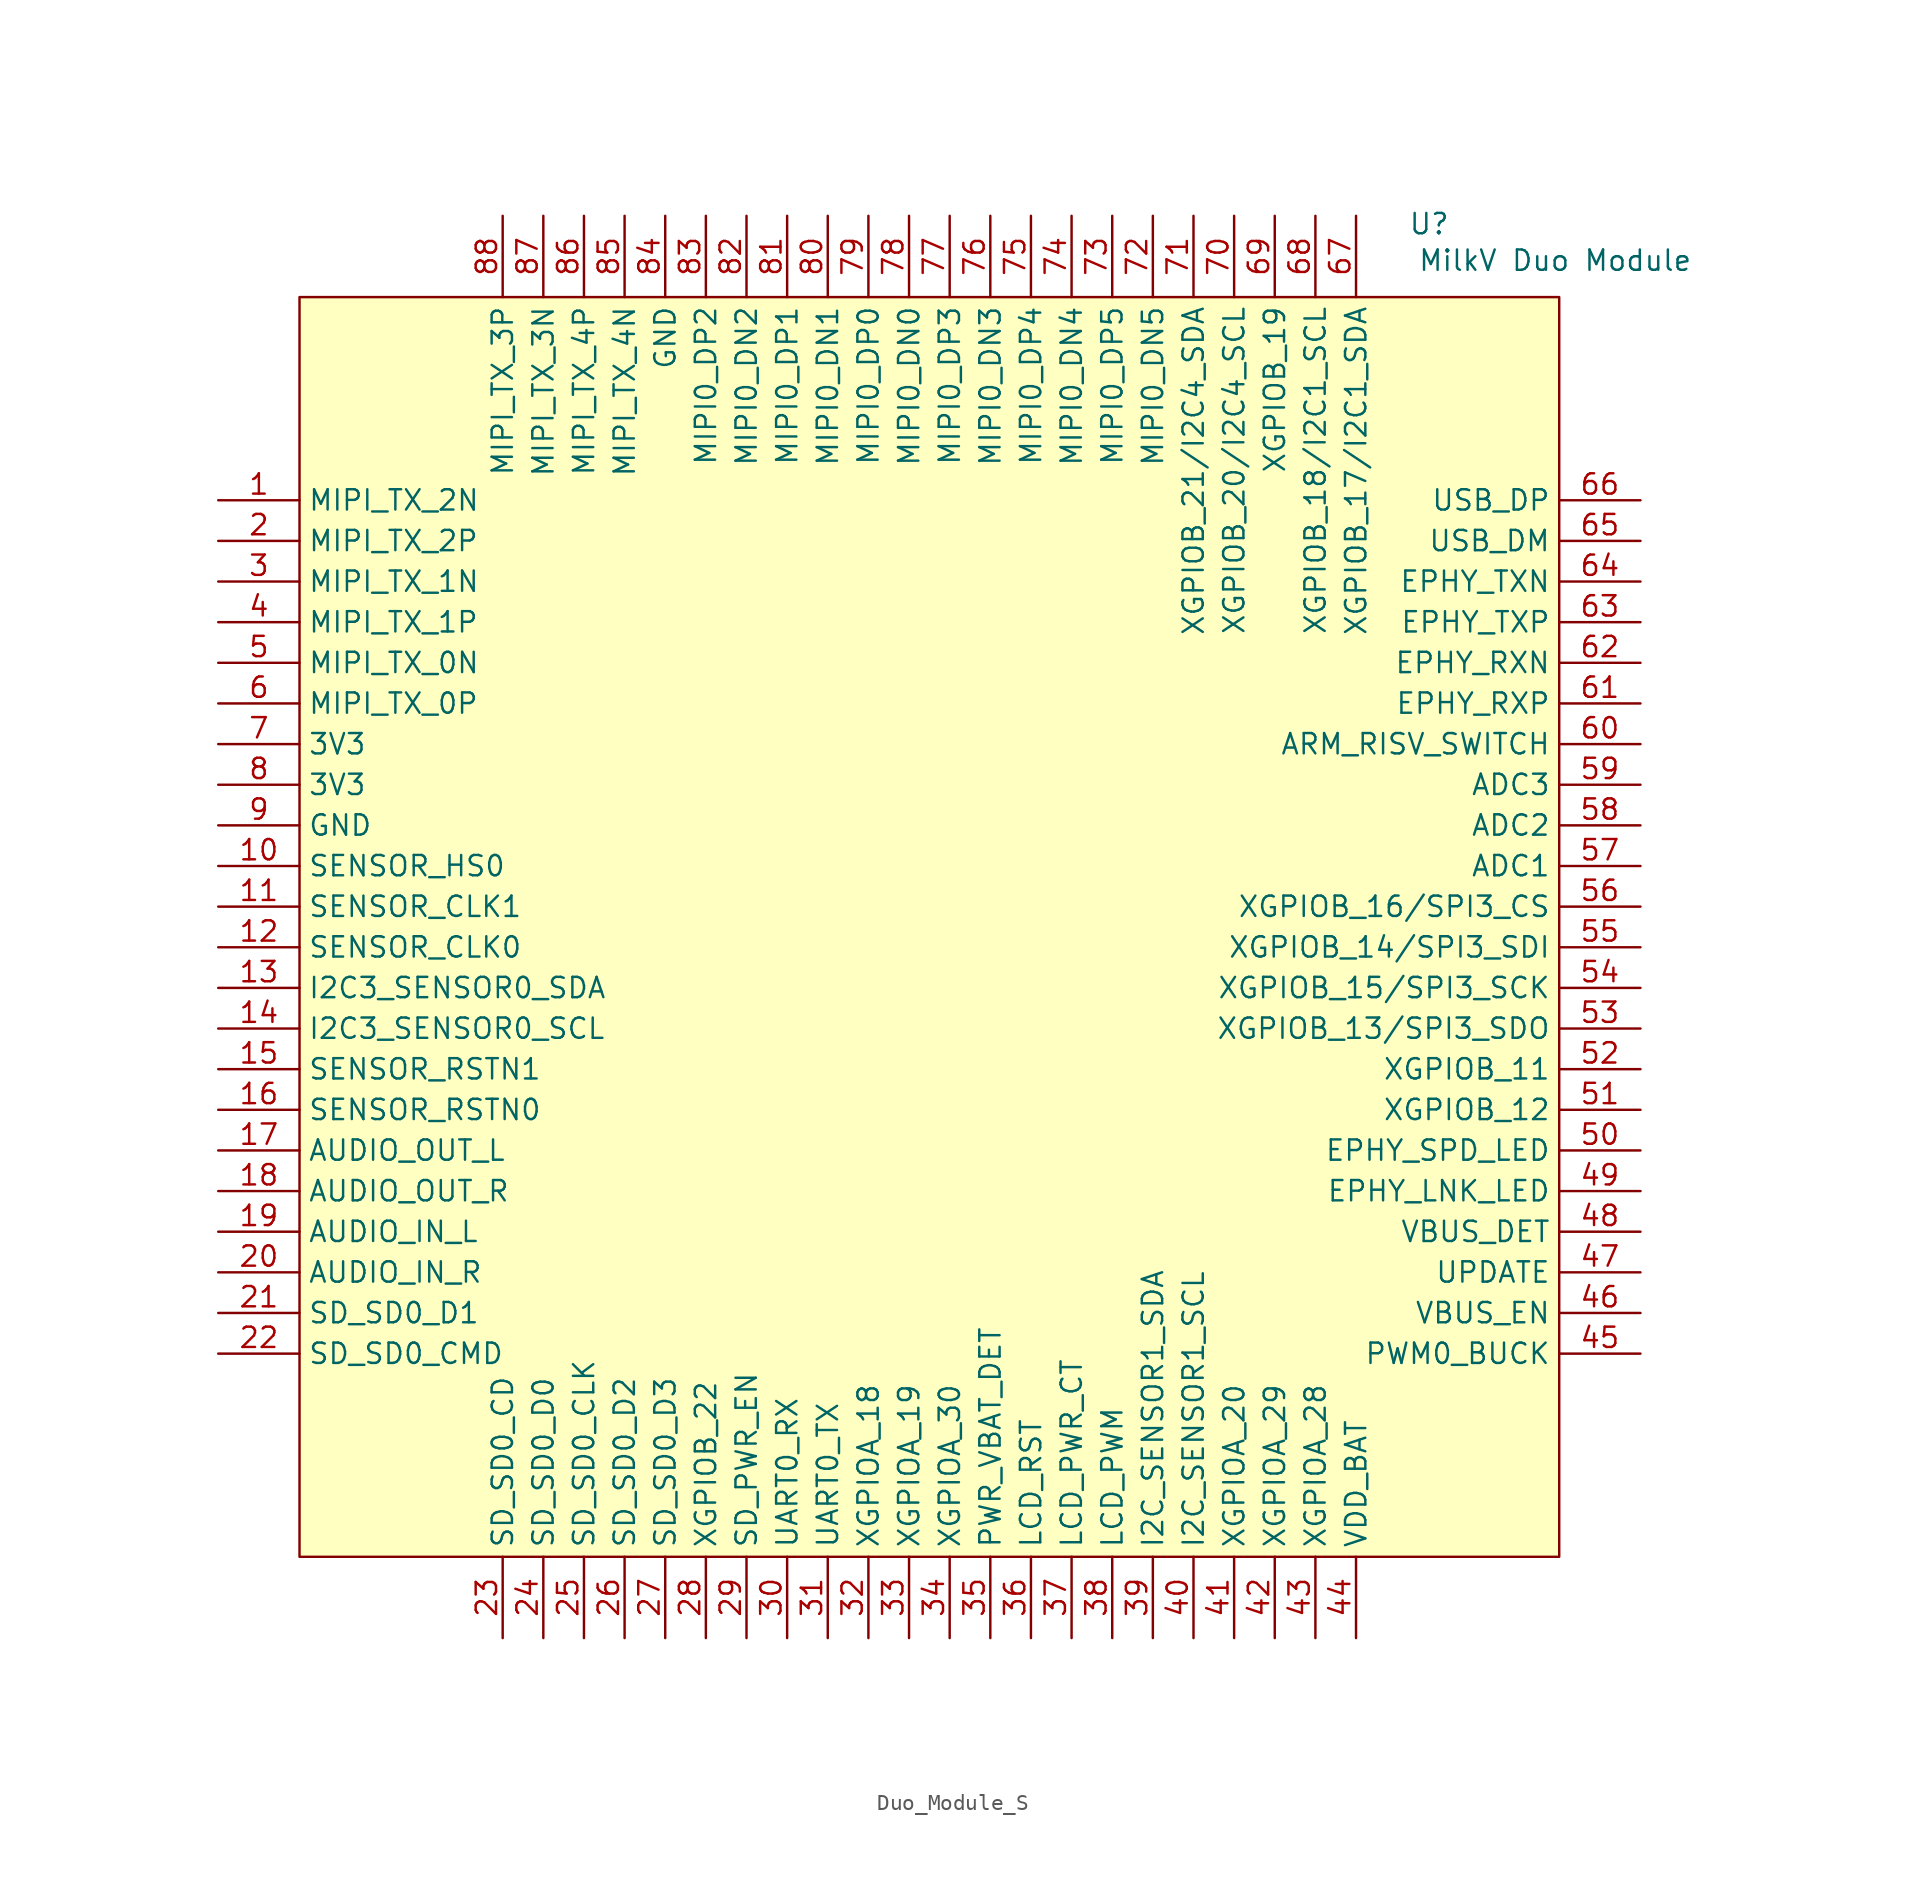
<source format=kicad_sym>
(kicad_symbol_lib
  (version 20231120)
  (generator "kicad_symbol_editor")
  (generator_version "8.0")
  (symbol "Duo_Module_S"
    (property "Reference" "U"
      (at 70.612 4.572 0)
      (effects (font (size 1.27 1.27))))
    (property "Value" "MilkV Duo Module"
      (at 78.486 2.286 0)
      (effects (font (size 1.27 1.27))))
    (symbol "Duo_Module_S_1_1"
      (rectangle (start 0 0) (end 78.74 -78.74) (stroke (width 0) (type default)) (fill (type background)))
      (pin input line (at -5.08 -12.7 0) (length 5.08) (name "MIPI_TX_2N" (effects (font (size 1.27 1.27)))) (number "1" (effects (font (size 1.27 1.27)))))
      (pin input line (at -5.08 -35.56 0) (length 5.08) (name "SENSOR_HS0" (effects (font (size 1.27 1.27)))) (number "10" (effects (font (size 1.27 1.27)))))
      (pin input line (at -5.08 -38.1 0) (length 5.08) (name "SENSOR_CLK1" (effects (font (size 1.27 1.27)))) (number "11" (effects (font (size 1.27 1.27)))))
      (pin input line (at -5.08 -40.64 0) (length 5.08) (name "SENSOR_CLK0" (effects (font (size 1.27 1.27)))) (number "12" (effects (font (size 1.27 1.27)))))
      (pin input line (at -5.08 -43.18 0) (length 5.08) (name "I2C3_SENSOR0_SDA" (effects (font (size 1.27 1.27)))) (number "13" (effects (font (size 1.27 1.27)))))
      (pin input line (at -5.08 -45.72 0) (length 5.08) (name "I2C3_SENSOR0_SCL" (effects (font (size 1.27 1.27)))) (number "14" (effects (font (size 1.27 1.27)))))
      (pin input line (at -5.08 -48.26 0) (length 5.08) (name "SENSOR_RSTN1" (effects (font (size 1.27 1.27)))) (number "15" (effects (font (size 1.27 1.27)))))
      (pin input line (at -5.08 -50.8 0) (length 5.08) (name "SENSOR_RSTN0" (effects (font (size 1.27 1.27)))) (number "16" (effects (font (size 1.27 1.27)))))
      (pin input line (at -5.08 -53.34 0) (length 5.08) (name "AUDIO_OUT_L" (effects (font (size 1.27 1.27)))) (number "17" (effects (font (size 1.27 1.27)))))
      (pin input line (at -5.08 -55.88 0) (length 5.08) (name "AUDIO_OUT_R" (effects (font (size 1.27 1.27)))) (number "18" (effects (font (size 1.27 1.27)))))
      (pin input line (at -5.08 -58.42 0) (length 5.08) (name "AUDIO_IN_L" (effects (font (size 1.27 1.27)))) (number "19" (effects (font (size 1.27 1.27)))))
      (pin input line (at -5.08 -15.24 0) (length 5.08) (name "MIPI_TX_2P" (effects (font (size 1.27 1.27)))) (number "2" (effects (font (size 1.27 1.27)))))
      (pin input line (at -5.08 -60.96 0) (length 5.08) (name "AUDIO_IN_R" (effects (font (size 1.27 1.27)))) (number "20" (effects (font (size 1.27 1.27)))))
      (pin input line (at -5.08 -63.5 0) (length 5.08) (name "SD_SD0_D1" (effects (font (size 1.27 1.27)))) (number "21" (effects (font (size 1.27 1.27)))))
      (pin input line (at -5.08 -66.04 0) (length 5.08) (name "SD_SD0_CMD" (effects (font (size 1.27 1.27)))) (number "22" (effects (font (size 1.27 1.27)))))
      (pin input line (at 12.7 -83.82 90) (length 5.08) (name "SD_SD0_CD" (effects (font (size 1.27 1.27)))) (number "23" (effects (font (size 1.27 1.27)))))
      (pin input line (at 15.24 -83.82 90) (length 5.08) (name "SD_SD0_D0" (effects (font (size 1.27 1.27)))) (number "24" (effects (font (size 1.27 1.27)))))
      (pin input line (at 17.78 -83.82 90) (length 5.08) (name "SD_SD0_CLK" (effects (font (size 1.27 1.27)))) (number "25" (effects (font (size 1.27 1.27)))))
      (pin input line (at 20.32 -83.82 90) (length 5.08) (name "SD_SD0_D2" (effects (font (size 1.27 1.27)))) (number "26" (effects (font (size 1.27 1.27)))))
      (pin input line (at 22.86 -83.82 90) (length 5.08) (name "SD_SD0_D3" (effects (font (size 1.27 1.27)))) (number "27" (effects (font (size 1.27 1.27)))))
      (pin input line (at 25.4 -83.82 90) (length 5.08) (name "XGPIOB_22" (effects (font (size 1.27 1.27)))) (number "28" (effects (font (size 1.27 1.27)))))
      (pin input line (at 27.94 -83.82 90) (length 5.08) (name "SD_PWR_EN" (effects (font (size 1.27 1.27)))) (number "29" (effects (font (size 1.27 1.27)))))
      (pin input line (at -5.08 -17.78 0) (length 5.08) (name "MIPI_TX_1N" (effects (font (size 1.27 1.27)))) (number "3" (effects (font (size 1.27 1.27)))))
      (pin input line (at 30.48 -83.82 90) (length 5.08) (name "UART0_RX" (effects (font (size 1.27 1.27)))) (number "30" (effects (font (size 1.27 1.27)))))
      (pin input line (at 33.02 -83.82 90) (length 5.08) (name "UART0_TX" (effects (font (size 1.27 1.27)))) (number "31" (effects (font (size 1.27 1.27)))))
      (pin input line (at 35.56 -83.82 90) (length 5.08) (name "XGPIOA_18" (effects (font (size 1.27 1.27)))) (number "32" (effects (font (size 1.27 1.27)))))
      (pin input line (at 38.1 -83.82 90) (length 5.08) (name "XGPIOA_19" (effects (font (size 1.27 1.27)))) (number "33" (effects (font (size 1.27 1.27)))))
      (pin input line (at 40.64 -83.82 90) (length 5.08) (name "XGPIOA_30" (effects (font (size 1.27 1.27)))) (number "34" (effects (font (size 1.27 1.27)))))
      (pin input line (at 43.18 -83.82 90) (length 5.08) (name "PWR_VBAT_DET" (effects (font (size 1.27 1.27)))) (number "35" (effects (font (size 1.27 1.27)))))
      (pin input line (at 45.72 -83.82 90) (length 5.08) (name "LCD_RST" (effects (font (size 1.27 1.27)))) (number "36" (effects (font (size 1.27 1.27)))))
      (pin input line (at 48.26 -83.82 90) (length 5.08) (name "LCD_PWR_CT" (effects (font (size 1.27 1.27)))) (number "37" (effects (font (size 1.27 1.27)))))
      (pin input line (at 50.8 -83.82 90) (length 5.08) (name "LCD_PWM" (effects (font (size 1.27 1.27)))) (number "38" (effects (font (size 1.27 1.27)))))
      (pin input line (at 53.34 -83.82 90) (length 5.08) (name "I2C_SENSOR1_SDA" (effects (font (size 1.27 1.27)))) (number "39" (effects (font (size 1.27 1.27)))))
      (pin input line (at -5.08 -20.32 0) (length 5.08) (name "MIPI_TX_1P" (effects (font (size 1.27 1.27)))) (number "4" (effects (font (size 1.27 1.27)))))
      (pin input line (at 55.88 -83.82 90) (length 5.08) (name "I2C_SENSOR1_SCL" (effects (font (size 1.27 1.27)))) (number "40" (effects (font (size 1.27 1.27)))))
      (pin input line (at 58.42 -83.82 90) (length 5.08) (name "XGPIOA_20" (effects (font (size 1.27 1.27)))) (number "41" (effects (font (size 1.27 1.27)))))
      (pin input line (at 60.96 -83.82 90) (length 5.08) (name "XGPIOA_29" (effects (font (size 1.27 1.27)))) (number "42" (effects (font (size 1.27 1.27)))))
      (pin input line (at 63.5 -83.82 90) (length 5.08) (name "XGPIOA_28" (effects (font (size 1.27 1.27)))) (number "43" (effects (font (size 1.27 1.27)))))
      (pin input line (at 66.04 -83.82 90) (length 5.08) (name "VDD_BAT" (effects (font (size 1.27 1.27)))) (number "44" (effects (font (size 1.27 1.27)))))
      (pin input line (at 83.82 -66.04 180) (length 5.08) (name "PWM0_BUCK" (effects (font (size 1.27 1.27)))) (number "45" (effects (font (size 1.27 1.27)))))
      (pin input line (at 83.82 -63.5 180) (length 5.08) (name "VBUS_EN" (effects (font (size 1.27 1.27)))) (number "46" (effects (font (size 1.27 1.27)))))
      (pin input line (at 83.82 -60.96 180) (length 5.08) (name "UPDATE" (effects (font (size 1.27 1.27)))) (number "47" (effects (font (size 1.27 1.27)))))
      (pin input line (at 83.82 -58.42 180) (length 5.08) (name "VBUS_DET" (effects (font (size 1.27 1.27)))) (number "48" (effects (font (size 1.27 1.27)))))
      (pin input line (at 83.82 -55.88 180) (length 5.08) (name "EPHY_LNK_LED" (effects (font (size 1.27 1.27)))) (number "49" (effects (font (size 1.27 1.27)))))
      (pin input line (at -5.08 -22.86 0) (length 5.08) (name "MIPI_TX_0N" (effects (font (size 1.27 1.27)))) (number "5" (effects (font (size 1.27 1.27)))))
      (pin input line (at 83.82 -53.34 180) (length 5.08) (name "EPHY_SPD_LED" (effects (font (size 1.27 1.27)))) (number "50" (effects (font (size 1.27 1.27)))))
      (pin input line (at 83.82 -50.8 180) (length 5.08) (name "XGPIOB_12" (effects (font (size 1.27 1.27)))) (number "51" (effects (font (size 1.27 1.27)))))
      (pin input line (at 83.82 -48.26 180) (length 5.08) (name "XGPIOB_11" (effects (font (size 1.27 1.27)))) (number "52" (effects (font (size 1.27 1.27)))))
      (pin input line (at 83.82 -45.72 180) (length 5.08) (name "XGPIOB_13/SPI3_SDO" (effects (font (size 1.27 1.27)))) (number "53" (effects (font (size 1.27 1.27)))))
      (pin input line (at 83.82 -43.18 180) (length 5.08) (name "XGPIOB_15/SPI3_SCK" (effects (font (size 1.27 1.27)))) (number "54" (effects (font (size 1.27 1.27)))))
      (pin input line (at 83.82 -40.64 180) (length 5.08) (name "XGPIOB_14/SPI3_SDI" (effects (font (size 1.27 1.27)))) (number "55" (effects (font (size 1.27 1.27)))))
      (pin input line (at 83.82 -38.1 180) (length 5.08) (name "XGPIOB_16/SPI3_CS" (effects (font (size 1.27 1.27)))) (number "56" (effects (font (size 1.27 1.27)))))
      (pin input line (at 83.82 -35.56 180) (length 5.08) (name "ADC1" (effects (font (size 1.27 1.27)))) (number "57" (effects (font (size 1.27 1.27)))))
      (pin input line (at 83.82 -33.02 180) (length 5.08) (name "ADC2" (effects (font (size 1.27 1.27)))) (number "58" (effects (font (size 1.27 1.27)))))
      (pin input line (at 83.82 -30.48 180) (length 5.08) (name "ADC3" (effects (font (size 1.27 1.27)))) (number "59" (effects (font (size 1.27 1.27)))))
      (pin input line (at -5.08 -25.4 0) (length 5.08) (name "MIPI_TX_0P" (effects (font (size 1.27 1.27)))) (number "6" (effects (font (size 1.27 1.27)))))
      (pin input line (at 83.82 -27.94 180) (length 5.08) (name "ARM_RISV_SWITCH" (effects (font (size 1.27 1.27)))) (number "60" (effects (font (size 1.27 1.27)))))
      (pin input line (at 83.82 -25.4 180) (length 5.08) (name "EPHY_RXP" (effects (font (size 1.27 1.27)))) (number "61" (effects (font (size 1.27 1.27)))))
      (pin input line (at 83.82 -22.86 180) (length 5.08) (name "EPHY_RXN" (effects (font (size 1.27 1.27)))) (number "62" (effects (font (size 1.27 1.27)))))
      (pin input line (at 83.82 -20.32 180) (length 5.08) (name "EPHY_TXP" (effects (font (size 1.27 1.27)))) (number "63" (effects (font (size 1.27 1.27)))))
      (pin input line (at 83.82 -17.78 180) (length 5.08) (name "EPHY_TXN" (effects (font (size 1.27 1.27)))) (number "64" (effects (font (size 1.27 1.27)))))
      (pin input line (at 83.82 -15.24 180) (length 5.08) (name "USB_DM" (effects (font (size 1.27 1.27)))) (number "65" (effects (font (size 1.27 1.27)))))
      (pin input line (at 83.82 -12.7 180) (length 5.08) (name "USB_DP" (effects (font (size 1.27 1.27)))) (number "66" (effects (font (size 1.27 1.27)))))
      (pin input line (at 66.04 5.08 270) (length 5.08) (name "XGPIOB_17/I2C1_SDA" (effects (font (size 1.27 1.27)))) (number "67" (effects (font (size 1.27 1.27)))))
      (pin input line (at 63.5 5.08 270) (length 5.08) (name "XGPIOB_18/I2C1_SCL" (effects (font (size 1.27 1.27)))) (number "68" (effects (font (size 1.27 1.27)))))
      (pin input line (at 60.96 5.08 270) (length 5.08) (name "XGPIOB_19" (effects (font (size 1.27 1.27)))) (number "69" (effects (font (size 1.27 1.27)))))
      (pin input line (at -5.08 -27.94 0) (length 5.08) (name "3V3" (effects (font (size 1.27 1.27)))) (number "7" (effects (font (size 1.27 1.27)))))
      (pin input line (at 58.42 5.08 270) (length 5.08) (name "XGPIOB_20/I2C4_SCL" (effects (font (size 1.27 1.27)))) (number "70" (effects (font (size 1.27 1.27)))))
      (pin input line (at 55.88 5.08 270) (length 5.08) (name "XGPIOB_21/I2C4_SDA" (effects (font (size 1.27 1.27)))) (number "71" (effects (font (size 1.27 1.27)))))
      (pin input line (at 53.34 5.08 270) (length 5.08) (name "MIPI0_DN5" (effects (font (size 1.27 1.27)))) (number "72" (effects (font (size 1.27 1.27)))))
      (pin input line (at 50.8 5.08 270) (length 5.08) (name "MIPI0_DP5" (effects (font (size 1.27 1.27)))) (number "73" (effects (font (size 1.27 1.27)))))
      (pin input line (at 48.26 5.08 270) (length 5.08) (name "MIPI0_DN4" (effects (font (size 1.27 1.27)))) (number "74" (effects (font (size 1.27 1.27)))))
      (pin input line (at 45.72 5.08 270) (length 5.08) (name "MIPI0_DP4" (effects (font (size 1.27 1.27)))) (number "75" (effects (font (size 1.27 1.27)))))
      (pin input line (at 43.18 5.08 270) (length 5.08) (name "MIPI0_DN3" (effects (font (size 1.27 1.27)))) (number "76" (effects (font (size 1.27 1.27)))))
      (pin input line (at 40.64 5.08 270) (length 5.08) (name "MIPI0_DP3" (effects (font (size 1.27 1.27)))) (number "77" (effects (font (size 1.27 1.27)))))
      (pin input line (at 38.1 5.08 270) (length 5.08) (name "MIPI0_DN0" (effects (font (size 1.27 1.27)))) (number "78" (effects (font (size 1.27 1.27)))))
      (pin input line (at 35.56 5.08 270) (length 5.08) (name "MIPI0_DP0" (effects (font (size 1.27 1.27)))) (number "79" (effects (font (size 1.27 1.27)))))
      (pin input line (at -5.08 -30.48 0) (length 5.08) (name "3V3" (effects (font (size 1.27 1.27)))) (number "8" (effects (font (size 1.27 1.27)))))
      (pin input line (at 33.02 5.08 270) (length 5.08) (name "MIPI0_DN1" (effects (font (size 1.27 1.27)))) (number "80" (effects (font (size 1.27 1.27)))))
      (pin input line (at 30.48 5.08 270) (length 5.08) (name "MIPI0_DP1" (effects (font (size 1.27 1.27)))) (number "81" (effects (font (size 1.27 1.27)))))
      (pin input line (at 27.94 5.08 270) (length 5.08) (name "MIPI0_DN2" (effects (font (size 1.27 1.27)))) (number "82" (effects (font (size 1.27 1.27)))))
      (pin input line (at 25.4 5.08 270) (length 5.08) (name "MIPI0_DP2" (effects (font (size 1.27 1.27)))) (number "83" (effects (font (size 1.27 1.27)))))
      (pin input line (at 22.86 5.08 270) (length 5.08) (name "GND" (effects (font (size 1.27 1.27)))) (number "84" (effects (font (size 1.27 1.27)))))
      (pin input line (at 20.32 5.08 270) (length 5.08) (name "MIPI_TX_4N" (effects (font (size 1.27 1.27)))) (number "85" (effects (font (size 1.27 1.27)))))
      (pin input line (at 17.78 5.08 270) (length 5.08) (name "MIPI_TX_4P" (effects (font (size 1.27 1.27)))) (number "86" (effects (font (size 1.27 1.27)))))
      (pin input line (at 15.24 5.08 270) (length 5.08) (name "MIPI_TX_3N" (effects (font (size 1.27 1.27)))) (number "87" (effects (font (size 1.27 1.27)))))
      (pin input line (at 12.7 5.08 270) (length 5.08) (name "MIPI_TX_3P" (effects (font (size 1.27 1.27)))) (number "88" (effects (font (size 1.27 1.27)))))
      (pin input line (at -5.08 -33.02 0) (length 5.08) hide (name "GND" (effects (font (size 1.27 1.27)))) (number "89" (effects (font (size 1.27 1.27)))))
      (pin input line (at -5.08 -33.02 0) (length 5.08) (name "GND" (effects (font (size 1.27 1.27)))) (number "9" (effects (font (size 1.27 1.27)))))
      (pin input line (at -5.08 -33.02 0) (length 5.08) hide (name "GND" (effects (font (size 1.27 1.27)))) (number "90" (effects (font (size 1.27 1.27)))))
      (pin input line (at -5.08 -33.02 0) (length 5.08) hide (name "GND" (effects (font (size 1.27 1.27)))) (number "91" (effects (font (size 1.27 1.27)))))
      (pin input line (at -5.08 -33.02 0) (length 5.08) hide (name "GND" (effects (font (size 1.27 1.27)))) (number "92" (effects (font (size 1.27 1.27))))))))
</source>
